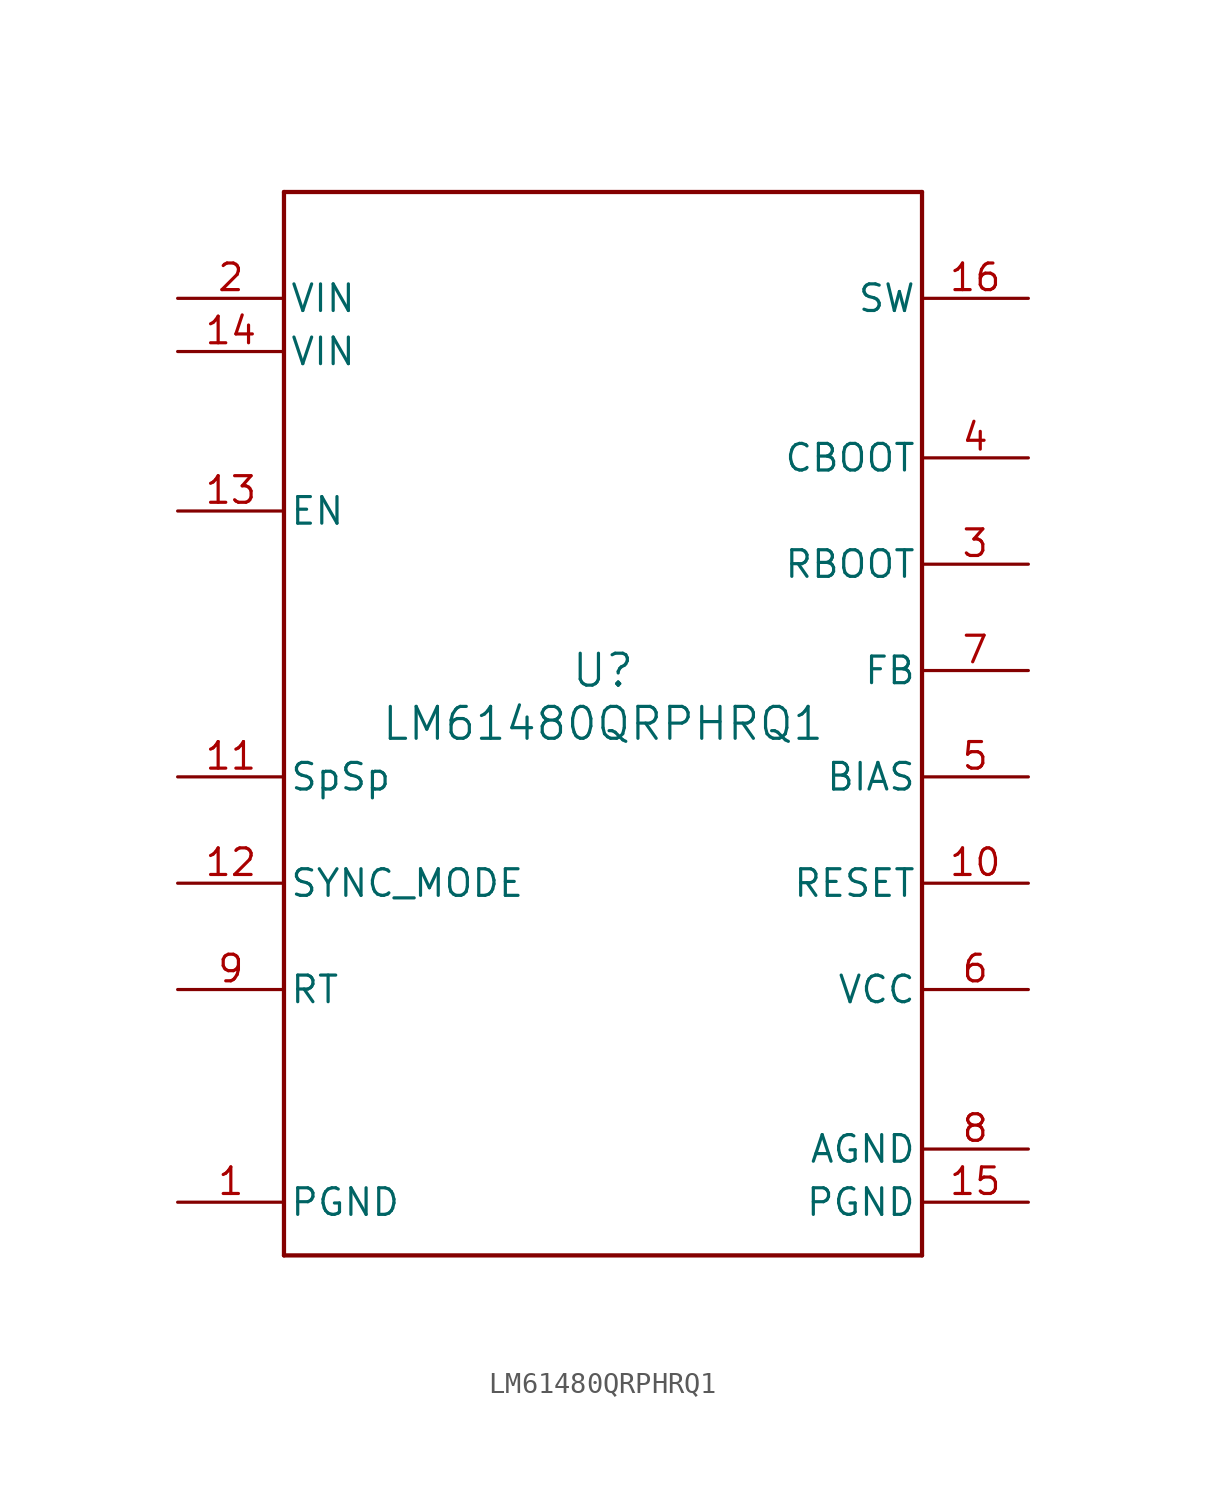
<source format=kicad_sym>
(kicad_symbol_lib
  (version 20211014)
  (generator kicad_symbol_editor)
  (symbol "LM61480QRPHRQ1"
    (pin_names
      (offset 0.254))
    (property "Reference" "U"
      (at 0 2.54 0)
      (effects (font (size 1.524 1.524))))
    (property "Value" "LM61480QRPHRQ1"
      (at 0 0 0)
      (effects (font (size 1.524 1.524))))
    (symbol "LM61480QRPHRQ1_0_1"
      (polyline (pts (xy -15.24 -25.4) (xy 15.24 -25.4)) (stroke (width 0.203) (type default) (color 0 0 0 0)) (fill (type none)))
      (polyline (pts (xy 15.24 -25.4) (xy 15.24 25.4)) (stroke (width 0.203) (type default) (color 0 0 0 0)) (fill (type none)))
      (polyline (pts (xy 15.24 25.4) (xy -15.24 25.4)) (stroke (width 0.203) (type default) (color 0 0 0 0)) (fill (type none)))
      (polyline (pts (xy -15.24 25.4) (xy -15.24 -25.4)) (stroke (width 0.203) (type default) (color 0 0 0 0)) (fill (type none)))
      (pin power_in line (at -20.32 -22.86 0) (length 5.08) (name "PGND" (effects (font (size 1.27 1.27)))) (number "1" (effects (font (size 1.27 1.27)))))
      (pin power_in line (at -20.32 20.32 0) (length 5.08) (name "VIN" (effects (font (size 1.27 1.27)))) (number "2" (effects (font (size 1.27 1.27)))))
      (pin unspecified line (at 20.32 7.62 180) (length 5.08) (name "RBOOT" (effects (font (size 1.27 1.27)))) (number "3" (effects (font (size 1.27 1.27)))))
      (pin unspecified line (at 20.32 12.7 180) (length 5.08) (name "CBOOT" (effects (font (size 1.27 1.27)))) (number "4" (effects (font (size 1.27 1.27)))))
      (pin unspecified line (at 20.32 -2.54 180) (length 5.08) (name "BIAS" (effects (font (size 1.27 1.27)))) (number "5" (effects (font (size 1.27 1.27)))))
      (pin power_in line (at 20.32 -12.7 180) (length 5.08) (name "VCC" (effects (font (size 1.27 1.27)))) (number "6" (effects (font (size 1.27 1.27)))))
      (pin input line (at 20.32 2.54 180) (length 5.08) (name "FB" (effects (font (size 1.27 1.27)))) (number "7" (effects (font (size 1.27 1.27)))))
      (pin power_in line (at 20.32 -20.32 180) (length 5.08) (name "AGND" (effects (font (size 1.27 1.27)))) (number "8" (effects (font (size 1.27 1.27)))))
      (pin unspecified line (at -20.32 -12.7 0) (length 5.08) (name "RT" (effects (font (size 1.27 1.27)))) (number "9" (effects (font (size 1.27 1.27)))))
      (pin input line (at 20.32 -7.62 180) (length 5.08) (name "RESET" (effects (font (size 1.27 1.27)))) (number "10" (effects (font (size 1.27 1.27)))))
      (pin unspecified line (at -20.32 -2.54 0) (length 5.08) (name "SpSp" (effects (font (size 1.27 1.27)))) (number "11" (effects (font (size 1.27 1.27)))))
      (pin input line (at -20.32 -7.62 0) (length 5.08) (name "SYNC_MODE" (effects (font (size 1.27 1.27)))) (number "12" (effects (font (size 1.27 1.27)))))
      (pin input line (at -20.32 10.16 0) (length 5.08) (name "EN" (effects (font (size 1.27 1.27)))) (number "13" (effects (font (size 1.27 1.27)))))
      (pin power_in line (at -20.32 17.78 0) (length 5.08) (name "VIN" (effects (font (size 1.27 1.27)))) (number "14" (effects (font (size 1.27 1.27)))))
      (pin power_in line (at 20.32 -22.86 180) (length 5.08) (name "PGND" (effects (font (size 1.27 1.27)))) (number "15" (effects (font (size 1.27 1.27)))))
      (pin power_in line (at 20.32 20.32 180) (length 5.08) (name "SW" (effects (font (size 1.27 1.27)))) (number "16" (effects (font (size 1.27 1.27))))))))
</source>
